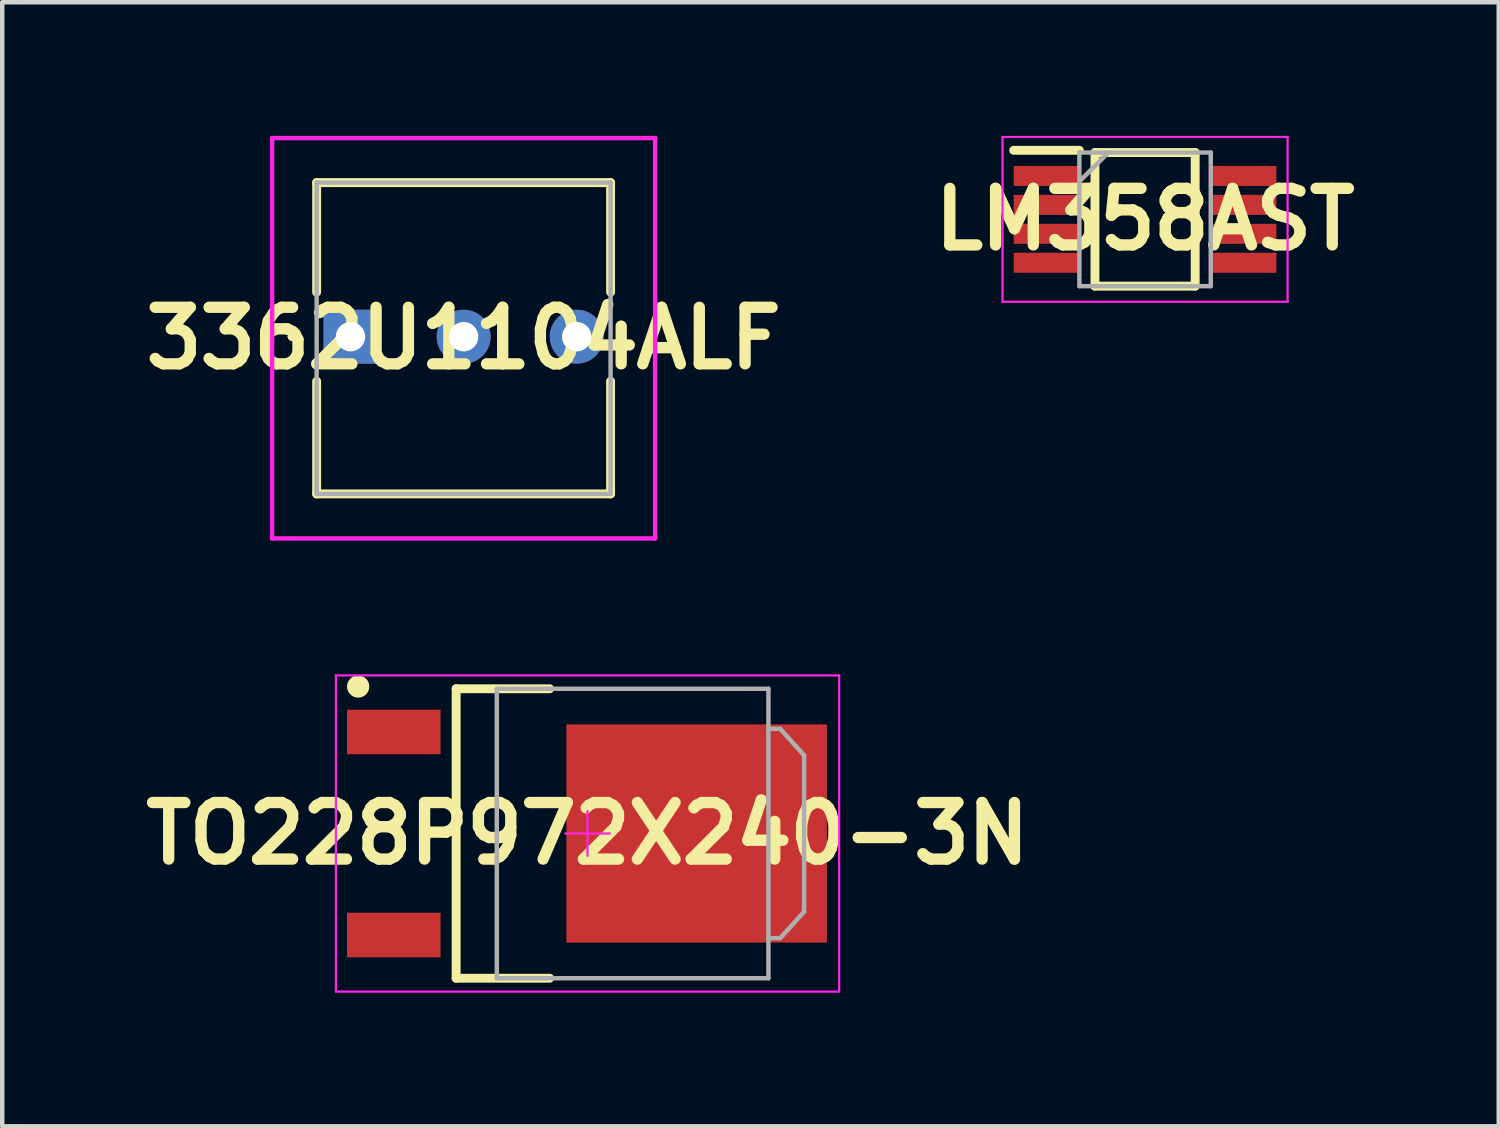
<source format=kicad_pcb>
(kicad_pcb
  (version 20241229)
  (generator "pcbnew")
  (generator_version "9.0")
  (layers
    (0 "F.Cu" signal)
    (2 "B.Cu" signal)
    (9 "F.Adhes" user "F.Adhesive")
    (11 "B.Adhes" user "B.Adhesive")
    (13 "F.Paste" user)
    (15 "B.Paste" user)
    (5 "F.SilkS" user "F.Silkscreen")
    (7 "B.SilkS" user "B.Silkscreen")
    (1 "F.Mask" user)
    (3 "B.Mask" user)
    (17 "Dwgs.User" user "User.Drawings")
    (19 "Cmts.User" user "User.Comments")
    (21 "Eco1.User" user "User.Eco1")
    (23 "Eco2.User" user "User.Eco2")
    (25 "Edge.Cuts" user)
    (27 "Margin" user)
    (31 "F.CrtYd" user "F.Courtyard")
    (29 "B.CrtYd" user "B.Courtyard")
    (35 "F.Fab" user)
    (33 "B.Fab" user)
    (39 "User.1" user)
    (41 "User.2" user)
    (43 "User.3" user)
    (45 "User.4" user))
  (footprint "TO228P972X240-3N"
    (layer "F.Cu")
    (at 10.142 15.665)
    (property "Reference" "TO228P972X240-3N" (at 0 0 0) (layer "F.SilkS") (effects (font (size 1.27 1.27) (thickness 0.254))))
    (attr smd)
    (fp_line (start -2.95 -3.25) (end -0.85 -3.25) (stroke (width 0.2) (type solid)) (layer "F.SilkS"))
    (fp_line (start -2.95 3.25) (end -2.95 -3.25) (stroke (width 0.2) (type solid)) (layer "F.SilkS"))
    (fp_line (start -0.85 3.25) (end -2.95 3.25) (stroke (width 0.2) (type solid)) (layer "F.SilkS"))
    (fp_circle (center -5.15 -3.3) (end -5.15 -3.175) (stroke (width 0.25) (type solid)) (fill no) (layer "F.SilkS"))
    (fp_line (start -5.65 -3.55) (end -5.65 3.55) (stroke (width 0.05) (type solid)) (layer "F.CrtYd"))
    (fp_line (start -5.65 3.55) (end 5.65 3.55) (stroke (width 0.05) (type solid)) (layer "F.CrtYd"))
    (fp_line (start -2.088 -3.3) (end -2.088 3.3) (stroke (width 0.001) (type solid)) (layer "F.CrtYd"))
    (fp_line (start -2.088 3.3) (end 4.112 3.3) (stroke (width 0.001) (type solid)) (layer "F.CrtYd"))
    (fp_line (start -0.5 0) (end 0.5 0) (stroke (width 0.05) (type solid)) (layer "F.CrtYd"))
    (fp_line (start 0 0.5) (end 0 -0.5) (stroke (width 0.05) (type solid)) (layer "F.CrtYd"))
    (fp_line (start 4.112 -3.3) (end -2.088 -3.3) (stroke (width 0.001) (type solid)) (layer "F.CrtYd"))
    (fp_line (start 4.112 3.3) (end 4.112 -3.3) (stroke (width 0.001) (type solid)) (layer "F.CrtYd"))
    (fp_line (start 5.65 -3.55) (end -5.65 -3.55) (stroke (width 0.05) (type solid)) (layer "F.CrtYd"))
    (fp_line (start 5.65 3.55) (end 5.65 -3.55) (stroke (width 0.05) (type solid)) (layer "F.CrtYd"))
    (fp_line (start -2.037 -3.25) (end -2.037 3.25) (stroke (width 0.1) (type solid)) (layer "F.Fab"))
    (fp_line (start -2.037 3.25) (end 4.062 3.25) (stroke (width 0.1) (type solid)) (layer "F.Fab"))
    (fp_line (start 4.062 -3.25) (end -2.037 -3.25) (stroke (width 0.1) (type solid)) (layer "F.Fab"))
    (fp_line (start 4.062 2.35) (end 4.326 2.35) (stroke (width 0.1) (type solid)) (layer "F.Fab"))
    (fp_line (start 4.062 3.25) (end 4.062 -3.25) (stroke (width 0.1) (type solid)) (layer "F.Fab"))
    (fp_line (start 4.326 2.35) (end 4.863 1.756) (stroke (width 0.1) (type solid)) (layer "F.Fab"))
    (fp_line (start 4.327 -2.35) (end 4.063 -2.35) (stroke (width 0.1) (type solid)) (layer "F.Fab"))
    (fp_line (start 4.863 -1.756) (end 4.327 -2.35) (stroke (width 0.1) (type solid)) (layer "F.Fab"))
    (fp_line (start 4.863 1.756) (end 4.863 -1.756) (stroke (width 0.1) (type solid)) (layer "F.Fab"))
    (pad "1" smd rect (at -4.35 -2.28 90) (size 1 2.1) (layers "F.Cu" "F.Mask" "F.Paste"))
    (pad "3" smd rect (at -4.35 2.28 90) (size 1 2.1) (layers "F.Cu" "F.Mask" "F.Paste"))
    (pad "4" smd rect (at 2.45 0 90) (size 4.9 5.85) (layers "F.Cu" "F.Mask" "F.Paste")))
  (footprint "3362U1104ALF"
    (layer "F.Cu")
    (at 4.82 4.51)
    (property "Reference" "3362U1104ALF" (at 2.54 0.035 0) (layer "F.SilkS") (effects (font (size 1.27 1.27) (thickness 0.254))))
    (attr through_hole)
    (fp_line (start -1.36 0) (end -1.36 0) (stroke (width 0.1) (type solid)) (layer "F.SilkS"))
    (fp_line (start -1.26 0) (end -1.26 0) (stroke (width 0.1) (type solid)) (layer "F.SilkS"))
    (fp_line (start -0.76 -3.46) (end 5.84 -3.46) (stroke (width 0.2) (type solid)) (layer "F.SilkS"))
    (fp_line (start -0.76 -1) (end -0.76 -3.46) (stroke (width 0.2) (type solid)) (layer "F.SilkS"))
    (fp_line (start -0.76 1) (end -0.76 3.53) (stroke (width 0.2) (type solid)) (layer "F.SilkS"))
    (fp_line (start -0.76 3.53) (end 5.84 3.53) (stroke (width 0.2) (type solid)) (layer "F.SilkS"))
    (fp_line (start 5.84 -3.46) (end 5.84 -1) (stroke (width 0.2) (type solid)) (layer "F.SilkS"))
    (fp_line (start 5.84 3.53) (end 5.84 1) (stroke (width 0.2) (type solid)) (layer "F.SilkS"))
    (fp_arc (start -1.36 0) (mid -1.31 -0.05) (end -1.26 0) (stroke (width 0.1) (type solid)) (layer "F.SilkS"))
    (fp_arc (start -1.26 0) (mid -1.31 0.05) (end -1.36 0) (stroke (width 0.1) (type solid)) (layer "F.SilkS"))
    (fp_line (start -1.76 -4.46) (end 6.84 -4.46) (stroke (width 0.1) (type solid)) (layer "F.CrtYd"))
    (fp_line (start -1.76 4.53) (end -1.76 -4.46) (stroke (width 0.1) (type solid)) (layer "F.CrtYd"))
    (fp_line (start 6.84 -4.46) (end 6.84 4.53) (stroke (width 0.1) (type solid)) (layer "F.CrtYd"))
    (fp_line (start 6.84 4.53) (end -1.76 4.53) (stroke (width 0.1) (type solid)) (layer "F.CrtYd"))
    (fp_line (start -0.76 -3.46) (end 5.84 -3.46) (stroke (width 0.1) (type solid)) (layer "F.Fab"))
    (fp_line (start -0.76 3.53) (end -0.76 -3.46) (stroke (width 0.1) (type solid)) (layer "F.Fab"))
    (fp_line (start 5.84 -3.46) (end 5.84 3.53) (stroke (width 0.1) (type solid)) (layer "F.Fab"))
    (fp_line (start 5.84 3.53) (end -0.76 3.53) (stroke (width 0.1) (type solid)) (layer "F.Fab"))
    (pad "1" thru_hole rect (at 0 0) (size 1.21 1.21) (drill 0.66) (layers "*.Cu" "*.Mask"))
    (pad "2" thru_hole circle (at 2.54 0) (size 1.21 1.21) (drill 0.66) (layers "*.Cu" "*.Mask"))
    (pad "3" thru_hole circle (at 5.08 0) (size 1.21 1.21) (drill 0.66) (layers "*.Cu" "*.Mask")))
  (footprint "LM358AST"
    (layer "F.Cu")
    (at 22.661 1.875)
    (property "Reference" "LM358AST" (at 0 0 0) (layer "F.SilkS") (effects (font (size 1.27 1.27) (thickness 0.254))))
    (attr smd)
    (fp_line (start -2.95 -1.55) (end -1.475 -1.55) (stroke (width 0.2) (type solid)) (layer "F.SilkS"))
    (fp_line (start -1.125 -1.5) (end 1.125 -1.5) (stroke (width 0.2) (type solid)) (layer "F.SilkS"))
    (fp_line (start -1.125 1.5) (end -1.125 -1.5) (stroke (width 0.2) (type solid)) (layer "F.SilkS"))
    (fp_line (start 1.125 -1.5) (end 1.125 1.5) (stroke (width 0.2) (type solid)) (layer "F.SilkS"))
    (fp_line (start 1.125 1.5) (end -1.125 1.5) (stroke (width 0.2) (type solid)) (layer "F.SilkS"))
    (fp_line (start -3.2 -1.85) (end 3.2 -1.85) (stroke (width 0.05) (type solid)) (layer "F.CrtYd"))
    (fp_line (start -3.2 1.85) (end -3.2 -1.85) (stroke (width 0.05) (type solid)) (layer "F.CrtYd"))
    (fp_line (start 3.2 -1.85) (end 3.2 1.85) (stroke (width 0.05) (type solid)) (layer "F.CrtYd"))
    (fp_line (start 3.2 1.85) (end -3.2 1.85) (stroke (width 0.05) (type solid)) (layer "F.CrtYd"))
    (fp_line (start -1.475 -1.5) (end 1.475 -1.5) (stroke (width 0.1) (type solid)) (layer "F.Fab"))
    (fp_line (start -1.475 -0.85) (end -0.825 -1.5) (stroke (width 0.1) (type solid)) (layer "F.Fab"))
    (fp_line (start -1.475 1.5) (end -1.475 -1.5) (stroke (width 0.1) (type solid)) (layer "F.Fab"))
    (fp_line (start 1.475 -1.5) (end 1.475 1.5) (stroke (width 0.1) (type solid)) (layer "F.Fab"))
    (fp_line (start 1.475 1.5) (end -1.475 1.5) (stroke (width 0.1) (type solid)) (layer "F.Fab"))
    (pad "1" smd rect (at -2.212 -0.975 90) (size 0.45 1.475) (layers "F.Cu" "F.Mask" "F.Paste"))
    (pad "2" smd rect (at -2.212 -0.325 90) (size 0.45 1.475) (layers "F.Cu" "F.Mask" "F.Paste"))
    (pad "3" smd rect (at -2.212 0.325 90) (size 0.45 1.475) (layers "F.Cu" "F.Mask" "F.Paste"))
    (pad "4" smd rect (at -2.212 0.975 90) (size 0.45 1.475) (layers "F.Cu" "F.Mask" "F.Paste"))
    (pad "5" smd rect (at 2.212 0.975 90) (size 0.45 1.475) (layers "F.Cu" "F.Mask" "F.Paste"))
    (pad "6" smd rect (at 2.212 0.325 90) (size 0.45 1.475) (layers "F.Cu" "F.Mask" "F.Paste"))
    (pad "7" smd rect (at 2.212 -0.325 90) (size 0.45 1.475) (layers "F.Cu" "F.Mask" "F.Paste"))
    (pad "8" smd rect (at 2.212 -0.975 90) (size 0.45 1.475) (layers "F.Cu" "F.Mask" "F.Paste")))
  (gr_rect
    (start -3 -3)
    (end 30.602 22.24)
    (stroke (width 0.1) (type default))
    (fill no)
    (layer "Edge.Cuts")))
</source>
